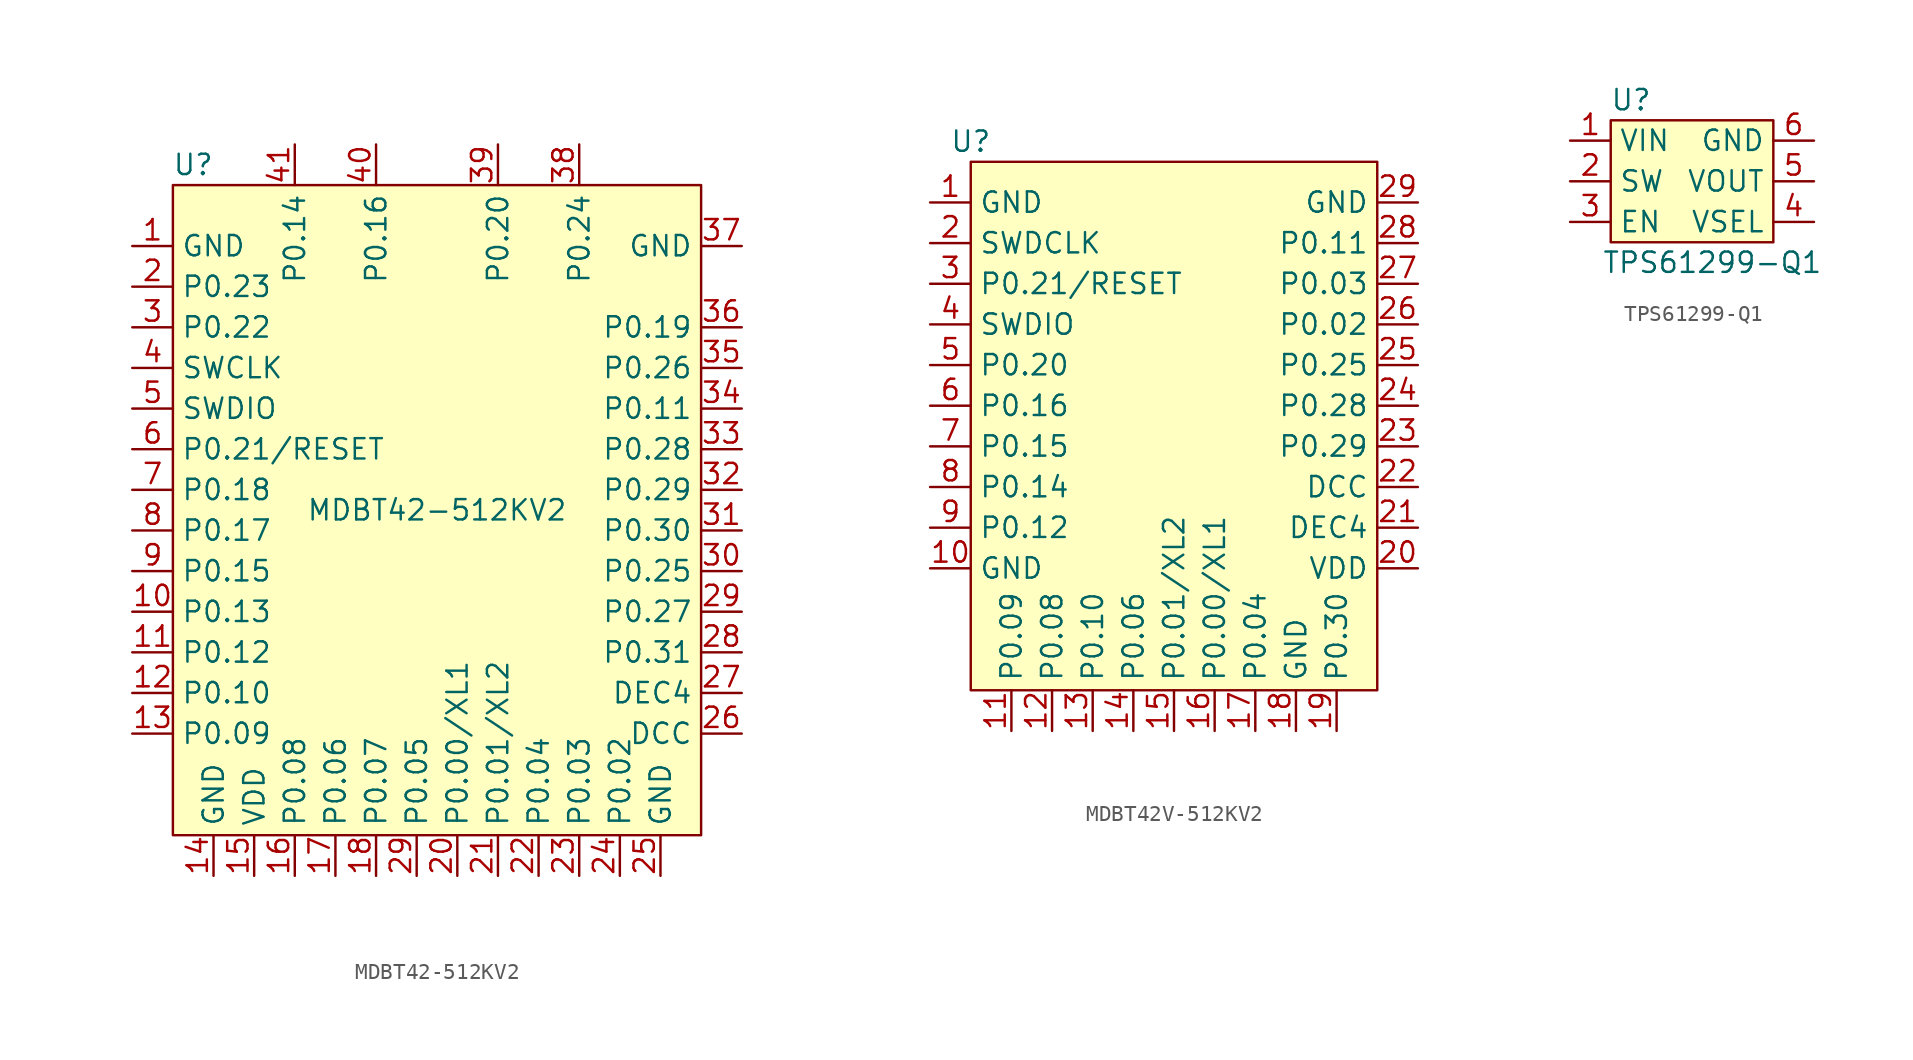
<source format=kicad_sym>
(kicad_symbol_lib
  (version 20220914)
  (generator kicad_symbol_editor)
  (symbol "MDBT42-512KV2"
    (property "Reference" "U"
      (at -15.24 21.59 0)
      (effects (font (size 1.27 1.27))))
    (property "Value" "MDBT42-512KV2"
      (at 0 0 0)
      (effects (font (size 1.27 1.27))))
    (symbol "MDBT42-512KV2_1_1"
      (rectangle (start -16.51 20.32) (end 16.51 -20.32) (stroke (width 0) (type default)) (fill (type background)))
      (pin passive line (at -19.05 16.51 0) (length 2.54) (name "GND" (effects (font (size 1.27 1.27)))) (number "1" (effects (font (size 1.27 1.27)))))
      (pin passive line (at -19.05 -6.35 0) (length 2.54) (name "P0.13" (effects (font (size 1.27 1.27)))) (number "10" (effects (font (size 1.27 1.27)))))
      (pin passive line (at -19.05 -8.89 0) (length 2.54) (name "P0.12" (effects (font (size 1.27 1.27)))) (number "11" (effects (font (size 1.27 1.27)))))
      (pin passive line (at -19.05 -11.43 0) (length 2.54) (name "P0.10" (effects (font (size 1.27 1.27)))) (number "12" (effects (font (size 1.27 1.27)))))
      (pin passive line (at -19.05 -13.97 0) (length 2.54) (name "P0.09" (effects (font (size 1.27 1.27)))) (number "13" (effects (font (size 1.27 1.27)))))
      (pin passive line (at -13.97 -22.86 90) (length 2.54) (name "GND" (effects (font (size 1.27 1.27)))) (number "14" (effects (font (size 1.27 1.27)))))
      (pin passive line (at -11.43 -22.86 90) (length 2.54) (name "VDD" (effects (font (size 1.27 1.27)))) (number "15" (effects (font (size 1.27 1.27)))))
      (pin passive line (at -8.89 -22.86 90) (length 2.54) (name "P0.08" (effects (font (size 1.27 1.27)))) (number "16" (effects (font (size 1.27 1.27)))))
      (pin passive line (at -6.35 -22.86 90) (length 2.54) (name "P0.06" (effects (font (size 1.27 1.27)))) (number "17" (effects (font (size 1.27 1.27)))))
      (pin passive line (at -3.81 -22.86 90) (length 2.54) (name "P0.07" (effects (font (size 1.27 1.27)))) (number "18" (effects (font (size 1.27 1.27)))))
      (pin passive line (at -19.05 13.97 0) (length 2.54) (name "P0.23" (effects (font (size 1.27 1.27)))) (number "2" (effects (font (size 1.27 1.27)))))
      (pin passive line (at 1.27 -22.86 90) (length 2.54) (name "P0.00/XL1" (effects (font (size 1.27 1.27)))) (number "20" (effects (font (size 1.27 1.27)))))
      (pin passive line (at 3.81 -22.86 90) (length 2.54) (name "P0.01/XL2" (effects (font (size 1.27 1.27)))) (number "21" (effects (font (size 1.27 1.27)))))
      (pin passive line (at 6.35 -22.86 90) (length 2.54) (name "P0.04" (effects (font (size 1.27 1.27)))) (number "22" (effects (font (size 1.27 1.27)))))
      (pin passive line (at 8.89 -22.86 90) (length 2.54) (name "P0.03" (effects (font (size 1.27 1.27)))) (number "23" (effects (font (size 1.27 1.27)))))
      (pin passive line (at 11.43 -22.86 90) (length 2.54) (name "P0.02" (effects (font (size 1.27 1.27)))) (number "24" (effects (font (size 1.27 1.27)))))
      (pin passive line (at 13.97 -22.86 90) (length 2.54) (name "GND" (effects (font (size 1.27 1.27)))) (number "25" (effects (font (size 1.27 1.27)))))
      (pin passive line (at 19.05 -13.97 180) (length 2.54) (name "DCC" (effects (font (size 1.27 1.27)))) (number "26" (effects (font (size 1.27 1.27)))))
      (pin passive line (at 19.05 -11.43 180) (length 2.54) (name "DEC4" (effects (font (size 1.27 1.27)))) (number "27" (effects (font (size 1.27 1.27)))))
      (pin passive line (at 19.05 -8.89 180) (length 2.54) (name "P0.31" (effects (font (size 1.27 1.27)))) (number "28" (effects (font (size 1.27 1.27)))))
      (pin passive line (at -1.27 -22.86 90) (length 2.54) (name "P0.05" (effects (font (size 1.27 1.27)))) (number "29" (effects (font (size 1.27 1.27)))))
      (pin passive line (at 19.05 -6.35 180) (length 2.54) (name "P0.27" (effects (font (size 1.27 1.27)))) (number "29" (effects (font (size 1.27 1.27)))))
      (pin passive line (at -19.05 11.43 0) (length 2.54) (name "P0.22" (effects (font (size 1.27 1.27)))) (number "3" (effects (font (size 1.27 1.27)))))
      (pin passive line (at 19.05 -3.81 180) (length 2.54) (name "P0.25" (effects (font (size 1.27 1.27)))) (number "30" (effects (font (size 1.27 1.27)))))
      (pin passive line (at 19.05 -1.27 180) (length 2.54) (name "P0.30" (effects (font (size 1.27 1.27)))) (number "31" (effects (font (size 1.27 1.27)))))
      (pin passive line (at 19.05 1.27 180) (length 2.54) (name "P0.29" (effects (font (size 1.27 1.27)))) (number "32" (effects (font (size 1.27 1.27)))))
      (pin passive line (at 19.05 3.81 180) (length 2.54) (name "P0.28" (effects (font (size 1.27 1.27)))) (number "33" (effects (font (size 1.27 1.27)))))
      (pin passive line (at 19.05 6.35 180) (length 2.54) (name "P0.11" (effects (font (size 1.27 1.27)))) (number "34" (effects (font (size 1.27 1.27)))))
      (pin passive line (at 19.05 8.89 180) (length 2.54) (name "P0.26" (effects (font (size 1.27 1.27)))) (number "35" (effects (font (size 1.27 1.27)))))
      (pin passive line (at 19.05 11.43 180) (length 2.54) (name "P0.19" (effects (font (size 1.27 1.27)))) (number "36" (effects (font (size 1.27 1.27)))))
      (pin passive line (at 19.05 16.51 180) (length 2.54) (name "GND" (effects (font (size 1.27 1.27)))) (number "37" (effects (font (size 1.27 1.27)))))
      (pin passive line (at 8.89 22.86 270) (length 2.54) (name "P0.24" (effects (font (size 1.27 1.27)))) (number "38" (effects (font (size 1.27 1.27)))))
      (pin passive line (at 3.81 22.86 270) (length 2.54) (name "P0.20" (effects (font (size 1.27 1.27)))) (number "39" (effects (font (size 1.27 1.27)))))
      (pin passive line (at -19.05 8.89 0) (length 2.54) (name "SWCLK" (effects (font (size 1.27 1.27)))) (number "4" (effects (font (size 1.27 1.27)))))
      (pin passive line (at -3.81 22.86 270) (length 2.54) (name "P0.16" (effects (font (size 1.27 1.27)))) (number "40" (effects (font (size 1.27 1.27)))))
      (pin passive line (at -8.89 22.86 270) (length 2.54) (name "P0.14" (effects (font (size 1.27 1.27)))) (number "41" (effects (font (size 1.27 1.27)))))
      (pin passive line (at -19.05 6.35 0) (length 2.54) (name "SWDIO" (effects (font (size 1.27 1.27)))) (number "5" (effects (font (size 1.27 1.27)))))
      (pin passive line (at -19.05 3.81 0) (length 2.54) (name "P0.21/RESET" (effects (font (size 1.27 1.27)))) (number "6" (effects (font (size 1.27 1.27)))))
      (pin passive line (at -19.05 1.27 0) (length 2.54) (name "P0.18" (effects (font (size 1.27 1.27)))) (number "7" (effects (font (size 1.27 1.27)))))
      (pin passive line (at -19.05 -1.27 0) (length 2.54) (name "P0.17" (effects (font (size 1.27 1.27)))) (number "8" (effects (font (size 1.27 1.27)))))
      (pin passive line (at -19.05 -3.81 0) (length 2.54) (name "P0.15" (effects (font (size 1.27 1.27)))) (number "9" (effects (font (size 1.27 1.27)))))))
  (symbol "MDBT42V-512KV2"
    (property "Reference" "U"
      (at -12.7 17.78 0)
      (effects (font (size 1.27 1.27))))
    (property "Value" ""
      (at -6.35 5.08 0)
      (effects (font (size 1.27 1.27))))
    (symbol "MDBT42V-512KV2_1_1"
      (rectangle (start -12.7 16.51) (end 12.7 -16.51) (stroke (width 0) (type default)) (fill (type background)))
      (pin passive line (at -15.24 13.97 0) (length 2.54) (name "GND" (effects (font (size 1.27 1.27)))) (number "1" (effects (font (size 1.27 1.27)))))
      (pin passive line (at -15.24 -8.89 0) (length 2.54) (name "GND" (effects (font (size 1.27 1.27)))) (number "10" (effects (font (size 1.27 1.27)))))
      (pin passive line (at -10.16 -19.05 90) (length 2.54) (name "P0.09" (effects (font (size 1.27 1.27)))) (number "11" (effects (font (size 1.27 1.27)))))
      (pin passive line (at -7.62 -19.05 90) (length 2.54) (name "P0.08" (effects (font (size 1.27 1.27)))) (number "12" (effects (font (size 1.27 1.27)))))
      (pin passive line (at -5.08 -19.05 90) (length 2.54) (name "P0.10" (effects (font (size 1.27 1.27)))) (number "13" (effects (font (size 1.27 1.27)))))
      (pin passive line (at -2.54 -19.05 90) (length 2.54) (name "P0.06" (effects (font (size 1.27 1.27)))) (number "14" (effects (font (size 1.27 1.27)))))
      (pin passive line (at 0 -19.05 90) (length 2.54) (name "P0.01/XL2" (effects (font (size 1.27 1.27)))) (number "15" (effects (font (size 1.27 1.27)))))
      (pin passive line (at 2.54 -19.05 90) (length 2.54) (name "P0.00/XL1" (effects (font (size 1.27 1.27)))) (number "16" (effects (font (size 1.27 1.27)))))
      (pin passive line (at 5.08 -19.05 90) (length 2.54) (name "P0.04" (effects (font (size 1.27 1.27)))) (number "17" (effects (font (size 1.27 1.27)))))
      (pin passive line (at 7.62 -19.05 90) (length 2.54) (name "GND" (effects (font (size 1.27 1.27)))) (number "18" (effects (font (size 1.27 1.27)))))
      (pin passive line (at 10.16 -19.05 90) (length 2.54) (name "P0.30" (effects (font (size 1.27 1.27)))) (number "19" (effects (font (size 1.27 1.27)))))
      (pin passive line (at -15.24 11.43 0) (length 2.54) (name "SWDCLK" (effects (font (size 1.27 1.27)))) (number "2" (effects (font (size 1.27 1.27)))))
      (pin passive line (at 15.24 -8.89 180) (length 2.54) (name "VDD" (effects (font (size 1.27 1.27)))) (number "20" (effects (font (size 1.27 1.27)))))
      (pin passive line (at 15.24 -6.35 180) (length 2.54) (name "DEC4" (effects (font (size 1.27 1.27)))) (number "21" (effects (font (size 1.27 1.27)))))
      (pin passive line (at 15.24 -3.81 180) (length 2.54) (name "DCC" (effects (font (size 1.27 1.27)))) (number "22" (effects (font (size 1.27 1.27)))))
      (pin passive line (at 15.24 -1.27 180) (length 2.54) (name "P0.29" (effects (font (size 1.27 1.27)))) (number "23" (effects (font (size 1.27 1.27)))))
      (pin passive line (at 15.24 1.27 180) (length 2.54) (name "P0.28" (effects (font (size 1.27 1.27)))) (number "24" (effects (font (size 1.27 1.27)))))
      (pin passive line (at 15.24 3.81 180) (length 2.54) (name "P0.25" (effects (font (size 1.27 1.27)))) (number "25" (effects (font (size 1.27 1.27)))))
      (pin passive line (at 15.24 6.35 180) (length 2.54) (name "P0.02" (effects (font (size 1.27 1.27)))) (number "26" (effects (font (size 1.27 1.27)))))
      (pin passive line (at 15.24 8.89 180) (length 2.54) (name "P0.03" (effects (font (size 1.27 1.27)))) (number "27" (effects (font (size 1.27 1.27)))))
      (pin passive line (at 15.24 11.43 180) (length 2.54) (name "P0.11" (effects (font (size 1.27 1.27)))) (number "28" (effects (font (size 1.27 1.27)))))
      (pin passive line (at 15.24 13.97 180) (length 2.54) (name "GND" (effects (font (size 1.27 1.27)))) (number "29" (effects (font (size 1.27 1.27)))))
      (pin passive line (at -15.24 8.89 0) (length 2.54) (name "P0.21/RESET" (effects (font (size 1.27 1.27)))) (number "3" (effects (font (size 1.27 1.27)))))
      (pin passive line (at -15.24 6.35 0) (length 2.54) (name "SWDIO" (effects (font (size 1.27 1.27)))) (number "4" (effects (font (size 1.27 1.27)))))
      (pin passive line (at -15.24 3.81 0) (length 2.54) (name "P0.20" (effects (font (size 1.27 1.27)))) (number "5" (effects (font (size 1.27 1.27)))))
      (pin passive line (at -15.24 1.27 0) (length 2.54) (name "P0.16" (effects (font (size 1.27 1.27)))) (number "6" (effects (font (size 1.27 1.27)))))
      (pin passive line (at -15.24 -1.27 0) (length 2.54) (name "P0.15" (effects (font (size 1.27 1.27)))) (number "7" (effects (font (size 1.27 1.27)))))
      (pin passive line (at -15.24 -3.81 0) (length 2.54) (name "P0.14" (effects (font (size 1.27 1.27)))) (number "8" (effects (font (size 1.27 1.27)))))
      (pin passive line (at -15.24 -6.35 0) (length 2.54) (name "P0.12" (effects (font (size 1.27 1.27)))) (number "9" (effects (font (size 1.27 1.27)))))))
  (symbol "TPS61299-Q1"
    (property "Reference" "U"
      (at -3.81 5.08 0)
      (effects (font (size 1.27 1.27))))
    (property "Value" "TPS61299-Q1"
      (at 1.27 -5.08 0)
      (effects (font (size 1.27 1.27))))
    (symbol "TPS61299-Q1_1_1"
      (rectangle (start -5.08 3.81) (end 5.08 -3.81) (stroke (width 0) (type default)) (fill (type background)))
      (pin passive line (at -7.62 2.54 0) (length 2.54) (name "VIN" (effects (font (size 1.27 1.27)))) (number "1" (effects (font (size 1.27 1.27)))))
      (pin passive line (at -7.62 0 0) (length 2.54) (name "SW" (effects (font (size 1.27 1.27)))) (number "2" (effects (font (size 1.27 1.27)))))
      (pin passive line (at -7.62 -2.54 0) (length 2.54) (name "EN" (effects (font (size 1.27 1.27)))) (number "3" (effects (font (size 1.27 1.27)))))
      (pin passive line (at 7.62 -2.54 180) (length 2.54) (name "VSEL" (effects (font (size 1.27 1.27)))) (number "4" (effects (font (size 1.27 1.27)))))
      (pin passive line (at 7.62 0 180) (length 2.54) (name "VOUT" (effects (font (size 1.27 1.27)))) (number "5" (effects (font (size 1.27 1.27)))))
      (pin passive line (at 7.62 2.54 180) (length 2.54) (name "GND" (effects (font (size 1.27 1.27)))) (number "6" (effects (font (size 1.27 1.27))))))))
</source>
